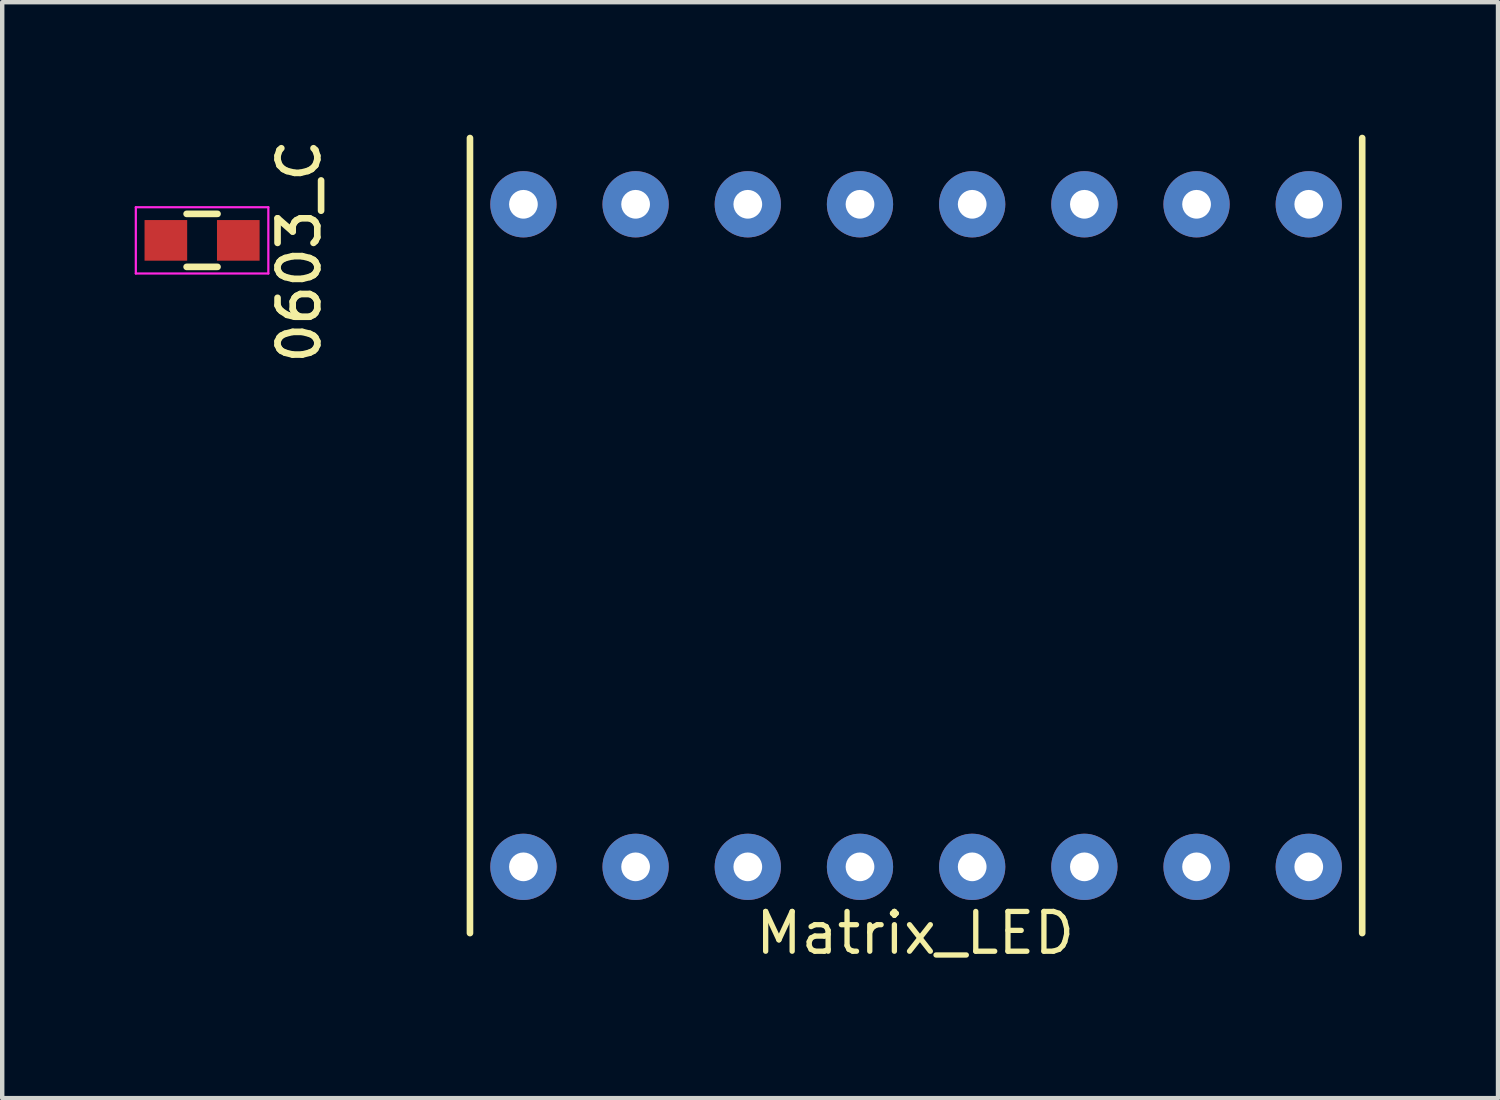
<source format=kicad_pcb>
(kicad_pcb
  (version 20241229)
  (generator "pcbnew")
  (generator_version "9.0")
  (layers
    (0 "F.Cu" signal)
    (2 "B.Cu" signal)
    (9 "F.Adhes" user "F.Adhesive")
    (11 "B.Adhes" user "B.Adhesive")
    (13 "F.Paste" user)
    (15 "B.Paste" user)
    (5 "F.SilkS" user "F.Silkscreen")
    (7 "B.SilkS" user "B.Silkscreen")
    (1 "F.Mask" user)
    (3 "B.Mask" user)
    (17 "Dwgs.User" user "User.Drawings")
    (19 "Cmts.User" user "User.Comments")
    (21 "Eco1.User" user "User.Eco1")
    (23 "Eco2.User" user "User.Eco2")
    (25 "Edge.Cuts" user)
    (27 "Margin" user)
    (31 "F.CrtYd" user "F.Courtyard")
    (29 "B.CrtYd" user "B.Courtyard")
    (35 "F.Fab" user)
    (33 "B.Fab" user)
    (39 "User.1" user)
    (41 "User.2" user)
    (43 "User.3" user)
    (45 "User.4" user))
  (footprint "Matrix_LED"
    (layer "F.Cu")
    (at 17.69 9.075)
    (property "Reference" "Matrix_LED" (at -0.02 9 180) (layer "F.SilkS") (effects (font (size 0.9 0.9) (thickness 0.12))))
    (attr through_hole)
    (fp_line (start -10.1 9) (end -10.1 -9) (stroke (width 0.15) (type solid)) (layer "F.SilkS"))
    (fp_line (start 10.1 9) (end 10.1 -9) (stroke (width 0.15) (type solid)) (layer "F.SilkS"))
    (pad "1" thru_hole circle (at -8.89 7.5 90) (size 1.5 1.5) (drill 0.65) (layers "*.Cu" "*.Mask"))
    (pad "2" thru_hole circle (at -6.35 7.5 90) (size 1.5 1.5) (drill 0.65) (layers "*.Cu" "*.Mask"))
    (pad "3" thru_hole circle (at -3.81 7.5 90) (size 1.5 1.5) (drill 0.65) (layers "*.Cu" "*.Mask"))
    (pad "4" thru_hole circle (at -1.27 7.5 90) (size 1.5 1.5) (drill 0.65) (layers "*.Cu" "*.Mask"))
    (pad "5" thru_hole circle (at 1.27 7.5 270) (size 1.5 1.5) (drill 0.65) (layers "*.Cu" "*.Mask"))
    (pad "6" thru_hole circle (at 3.81 7.5 270) (size 1.5 1.5) (drill 0.65) (layers "*.Cu" "*.Mask"))
    (pad "7" thru_hole circle (at 6.35 7.5 270) (size 1.5 1.5) (drill 0.65) (layers "*.Cu" "*.Mask"))
    (pad "8" thru_hole circle (at 8.89 7.5 270) (size 1.5 1.5) (drill 0.65) (layers "*.Cu" "*.Mask"))
    (pad "9" thru_hole circle (at 8.89 -7.5 270) (size 1.5 1.5) (drill 0.65) (layers "*.Cu" "*.Mask"))
    (pad "10" thru_hole circle (at 6.35 -7.5 270) (size 1.5 1.5) (drill 0.65) (layers "*.Cu" "*.Mask"))
    (pad "11" thru_hole circle (at 3.81 -7.5 270) (size 1.5 1.5) (drill 0.65) (layers "*.Cu" "*.Mask"))
    (pad "12" thru_hole circle (at 1.27 -7.5 270) (size 1.5 1.5) (drill 0.65) (layers "*.Cu" "*.Mask"))
    (pad "13" thru_hole circle (at -1.27 -7.5 90) (size 1.5 1.5) (drill 0.65) (layers "*.Cu" "*.Mask"))
    (pad "14" thru_hole circle (at -3.81 -7.5 90) (size 1.5 1.5) (drill 0.65) (layers "*.Cu" "*.Mask"))
    (pad "15" thru_hole circle (at -6.35 -7.5 90) (size 1.5 1.5) (drill 0.65) (layers "*.Cu" "*.Mask"))
    (pad "16" thru_hole circle (at -8.89 -7.5 90) (size 1.5 1.5) (drill 0.65) (layers "*.Cu" "*.Mask")))
  (footprint "0603_C"
    (layer "F.Cu")
    (at 1.525 2.392)
    (property "Reference" "0603_C" (at 2.2 0.25 90) (layer "F.SilkS") (effects (font (size 0.9 0.9) (thickness 0.15))))
    (attr smd)
    (fp_line (start -0.35 -0.6) (end 0.35 -0.6) (stroke (width 0.15) (type solid)) (layer "F.SilkS"))
    (fp_line (start 0.35 0.6) (end -0.35 0.6) (stroke (width 0.15) (type solid)) (layer "F.SilkS"))
    (fp_line (start -1.5 -0.75) (end -1.5 0.75) (stroke (width 0.05) (type solid)) (layer "F.CrtYd"))
    (fp_line (start -1.5 -0.75) (end 1.5 -0.75) (stroke (width 0.05) (type solid)) (layer "F.CrtYd"))
    (fp_line (start -1.5 0.75) (end 1.5 0.75) (stroke (width 0.05) (type solid)) (layer "F.CrtYd"))
    (fp_line (start 1.5 -0.75) (end 1.5 0.75) (stroke (width 0.05) (type solid)) (layer "F.CrtYd"))
    (pad "1" smd rect (at -0.82 0) (size 0.965 0.92) (layers "F.Cu" "F.Mask" "F.Paste"))
    (pad "2" smd rect (at 0.82 0) (size 0.965 0.92) (layers "F.Cu" "F.Mask" "F.Paste")))
  (gr_rect
    (start -3 -3)
    (end 30.865 21.812)
    (stroke (width 0.1) (type default))
    (fill no)
    (layer "Edge.Cuts")))
</source>
